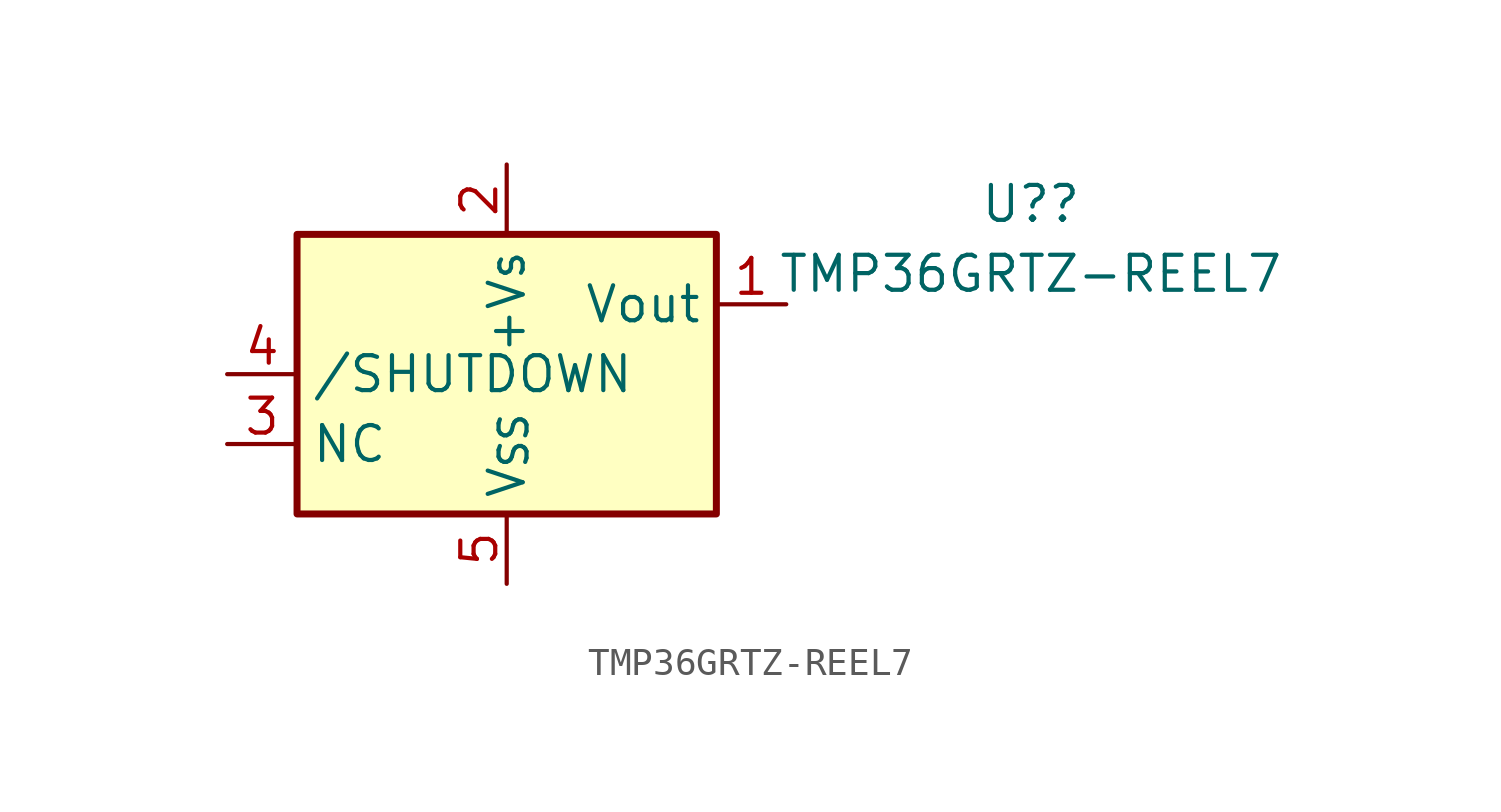
<source format=kicad_sym>
(kicad_symbol_lib
  (version 20220914)
  (generator kicad_symbol_editor)
  (symbol "TMP36GRTZ-REEL7"
    (property "Reference" "U?"
      (at 19.05 6.188 0)
      (effects (font (size 1.27 1.27))))
    (property "Value" "TMP36GRTZ-REEL7"
      (at 19.05 3.648 0)
      (effects (font (size 1.27 1.27))))
    (symbol "TMP36GRTZ-REEL7_0_1"
      (rectangle (start -7.62 5.08) (end 7.62 -5.08) (stroke (width 0.254) (type default)) (fill (type background))))
    (symbol "TMP36GRTZ-REEL7_1_1"
      (pin output line (at 10.16 2.54 180) (length 2.54) (name "Vout" (effects (font (size 1.27 1.27)))) (number "1" (effects (font (size 1.27 1.27)))))
      (pin power_in line (at 0 7.62 270) (length 2.54) (name "+Vs" (effects (font (size 1.27 1.27)))) (number "2" (effects (font (size 1.27 1.27)))))
      (pin input line (at -10.16 -2.54 0) (length 2.54) (name "NC" (effects (font (size 1.27 1.27)))) (number "3" (effects (font (size 1.27 1.27)))))
      (pin input line (at -10.16 0 0) (length 2.54) (name "/SHUTDOWN" (effects (font (size 1.27 1.27)))) (number "4" (effects (font (size 1.27 1.27)))))
      (pin power_in line (at 0 -7.62 90) (length 2.54) (name "V_{SS}" (effects (font (size 1.27 1.27)))) (number "5" (effects (font (size 1.27 1.27))))))))
</source>
